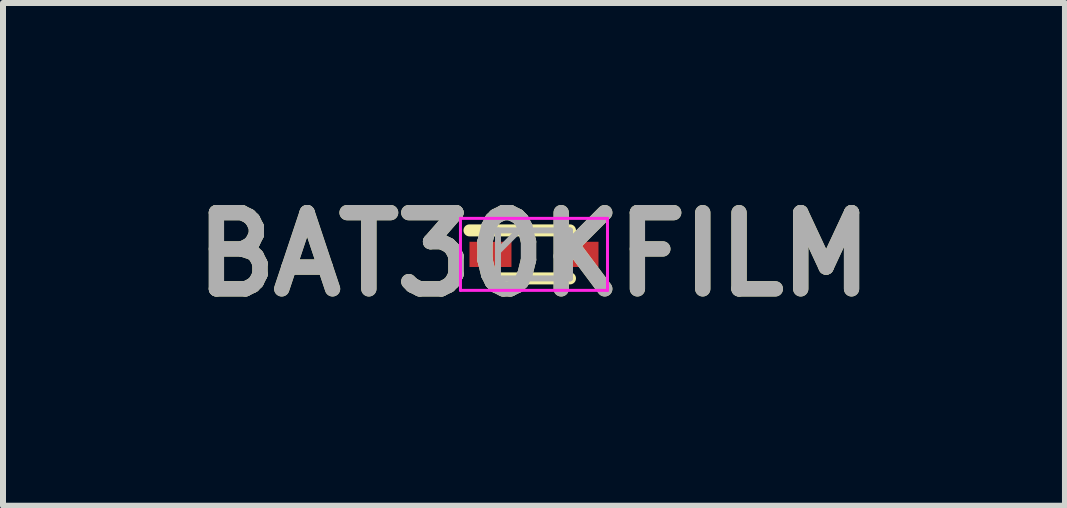
<source format=kicad_pcb>
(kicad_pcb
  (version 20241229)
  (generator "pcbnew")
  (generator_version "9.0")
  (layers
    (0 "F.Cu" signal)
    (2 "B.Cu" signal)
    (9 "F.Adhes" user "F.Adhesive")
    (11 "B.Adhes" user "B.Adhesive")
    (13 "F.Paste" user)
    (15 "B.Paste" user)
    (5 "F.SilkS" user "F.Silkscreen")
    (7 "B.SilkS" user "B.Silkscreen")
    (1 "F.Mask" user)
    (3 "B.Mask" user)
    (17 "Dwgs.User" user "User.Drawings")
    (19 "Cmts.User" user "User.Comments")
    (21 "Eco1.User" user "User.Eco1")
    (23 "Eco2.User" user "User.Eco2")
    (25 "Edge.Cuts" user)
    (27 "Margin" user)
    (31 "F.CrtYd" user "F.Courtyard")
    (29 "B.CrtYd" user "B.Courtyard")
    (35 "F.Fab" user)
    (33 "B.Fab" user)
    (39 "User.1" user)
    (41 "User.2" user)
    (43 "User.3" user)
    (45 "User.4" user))
  (footprint "BAT30KFILM"
    (layer "F.Cu")
    (at 5.848 1.189)
    (property "Reference" "BAT30KFILM" (at 0 0 0) (layer "F.SilkS") (effects (font (size 1.27 1.27) (thickness 0.254))))
    (attr smd)
    (fp_line (start -1.075 -0.4) (end 0.6 -0.4) (stroke (width 0.2) (type solid)) (layer "F.SilkS"))
    (fp_line (start -0.6 0.4) (end 0.6 0.4) (stroke (width 0.2) (type solid)) (layer "F.SilkS"))
    (fp_line (start -1.225 -0.6) (end 1.225 -0.6) (stroke (width 0.05) (type solid)) (layer "F.CrtYd"))
    (fp_line (start -1.225 0.6) (end -1.225 -0.6) (stroke (width 0.05) (type solid)) (layer "F.CrtYd"))
    (fp_line (start 1.225 -0.6) (end 1.225 0.6) (stroke (width 0.05) (type solid)) (layer "F.CrtYd"))
    (fp_line (start 1.225 0.6) (end -1.225 0.6) (stroke (width 0.05) (type solid)) (layer "F.CrtYd"))
    (fp_line (start -0.6 -0.4) (end 0.6 -0.4) (stroke (width 0.1) (type solid)) (layer "F.Fab"))
    (fp_line (start -0.6 -0.05) (end -0.25 -0.4) (stroke (width 0.1) (type solid)) (layer "F.Fab"))
    (fp_line (start -0.6 0.4) (end -0.6 -0.4) (stroke (width 0.1) (type solid)) (layer "F.Fab"))
    (fp_line (start 0.6 -0.4) (end 0.6 0.4) (stroke (width 0.1) (type solid)) (layer "F.Fab"))
    (fp_line (start 0.6 0.4) (end -0.6 0.4) (stroke (width 0.1) (type solid)) (layer "F.Fab"))
    (fp_text user "${REFERENCE}" (at 0 0 0) (layer "F.Fab") (effects (font (size 1.27 1.27) (thickness 0.254))))
    (pad "1" smd rect (at -0.725 0 90) (size 0.42 0.7) (layers "F.Cu" "F.Mask" "F.Paste"))
    (pad "2" smd rect (at 0.725 0 90) (size 0.42 0.7) (layers "F.Cu" "F.Mask" "F.Paste")))
  (gr_rect
    (start -3 -3)
    (end 14.696 5.377)
    (stroke (width 0.1) (type default))
    (fill no)
    (layer "Edge.Cuts")))
</source>
